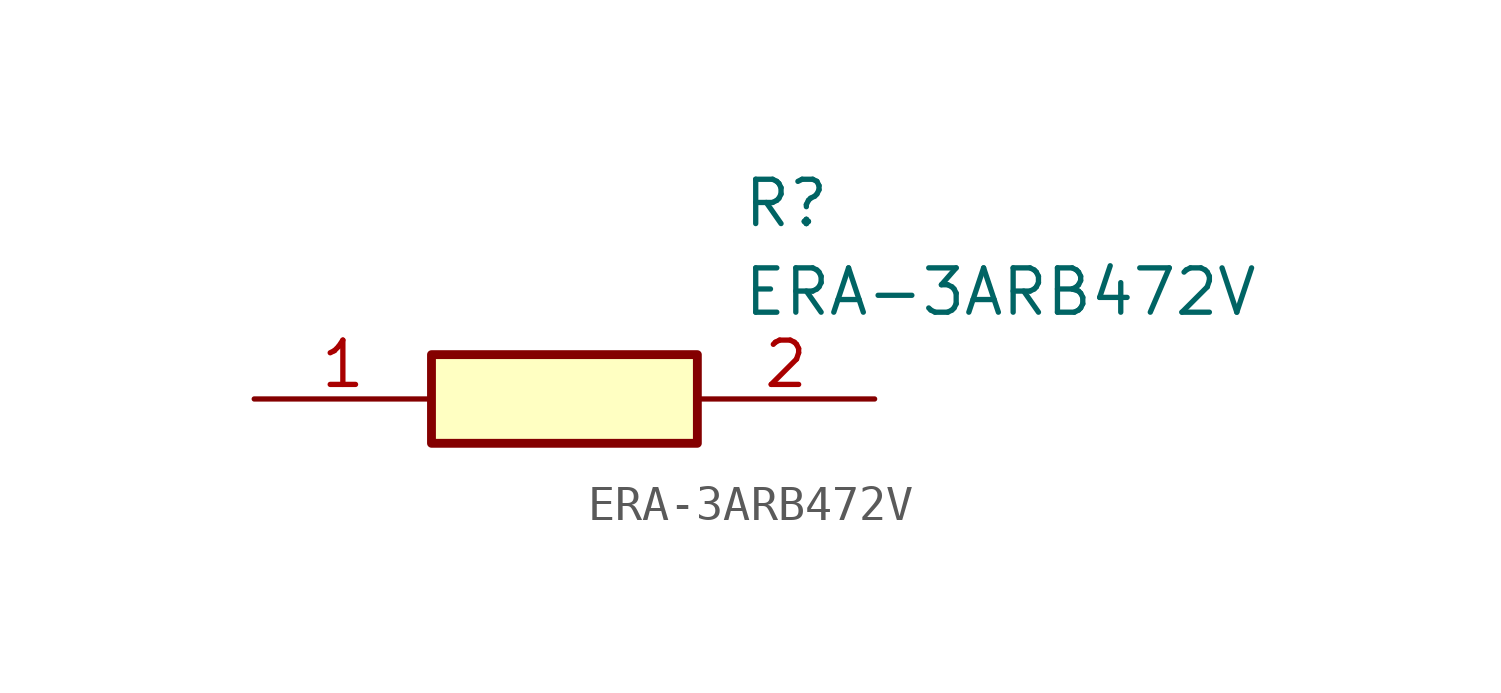
<source format=kicad_sym>
(kicad_symbol_lib
  (version 20211014)
  (generator SamacSys_ECAD_Model)
  (symbol "ERA-3ARB472V"
    (pin_names hide)
    (property "Reference" "R"
      (at 13.97 6.35 0)
      (effects (font (size 1.27 1.27)) (justify left top)))
    (property "Value" "ERA-3ARB472V"
      (at 13.97 3.81 0)
      (effects (font (size 1.27 1.27)) (justify left top)))
    (rectangle
      (start 5.08 1.27)
      (end 12.7 -1.27)
      (stroke (width 0.254) (type default))
      (fill (type background)))
    (pin passive line
      (at 0 0 0)
      (length 5.08)
      (name "1" (effects (font (size 1.27 1.27))))
      (number "1" (effects (font (size 1.27 1.27)))))
    (pin passive line
      (at 17.78 0 180)
      (length 5.08)
      (name "2" (effects (font (size 1.27 1.27))))
      (number "2" (effects (font (size 1.27 1.27)))))))
</source>
